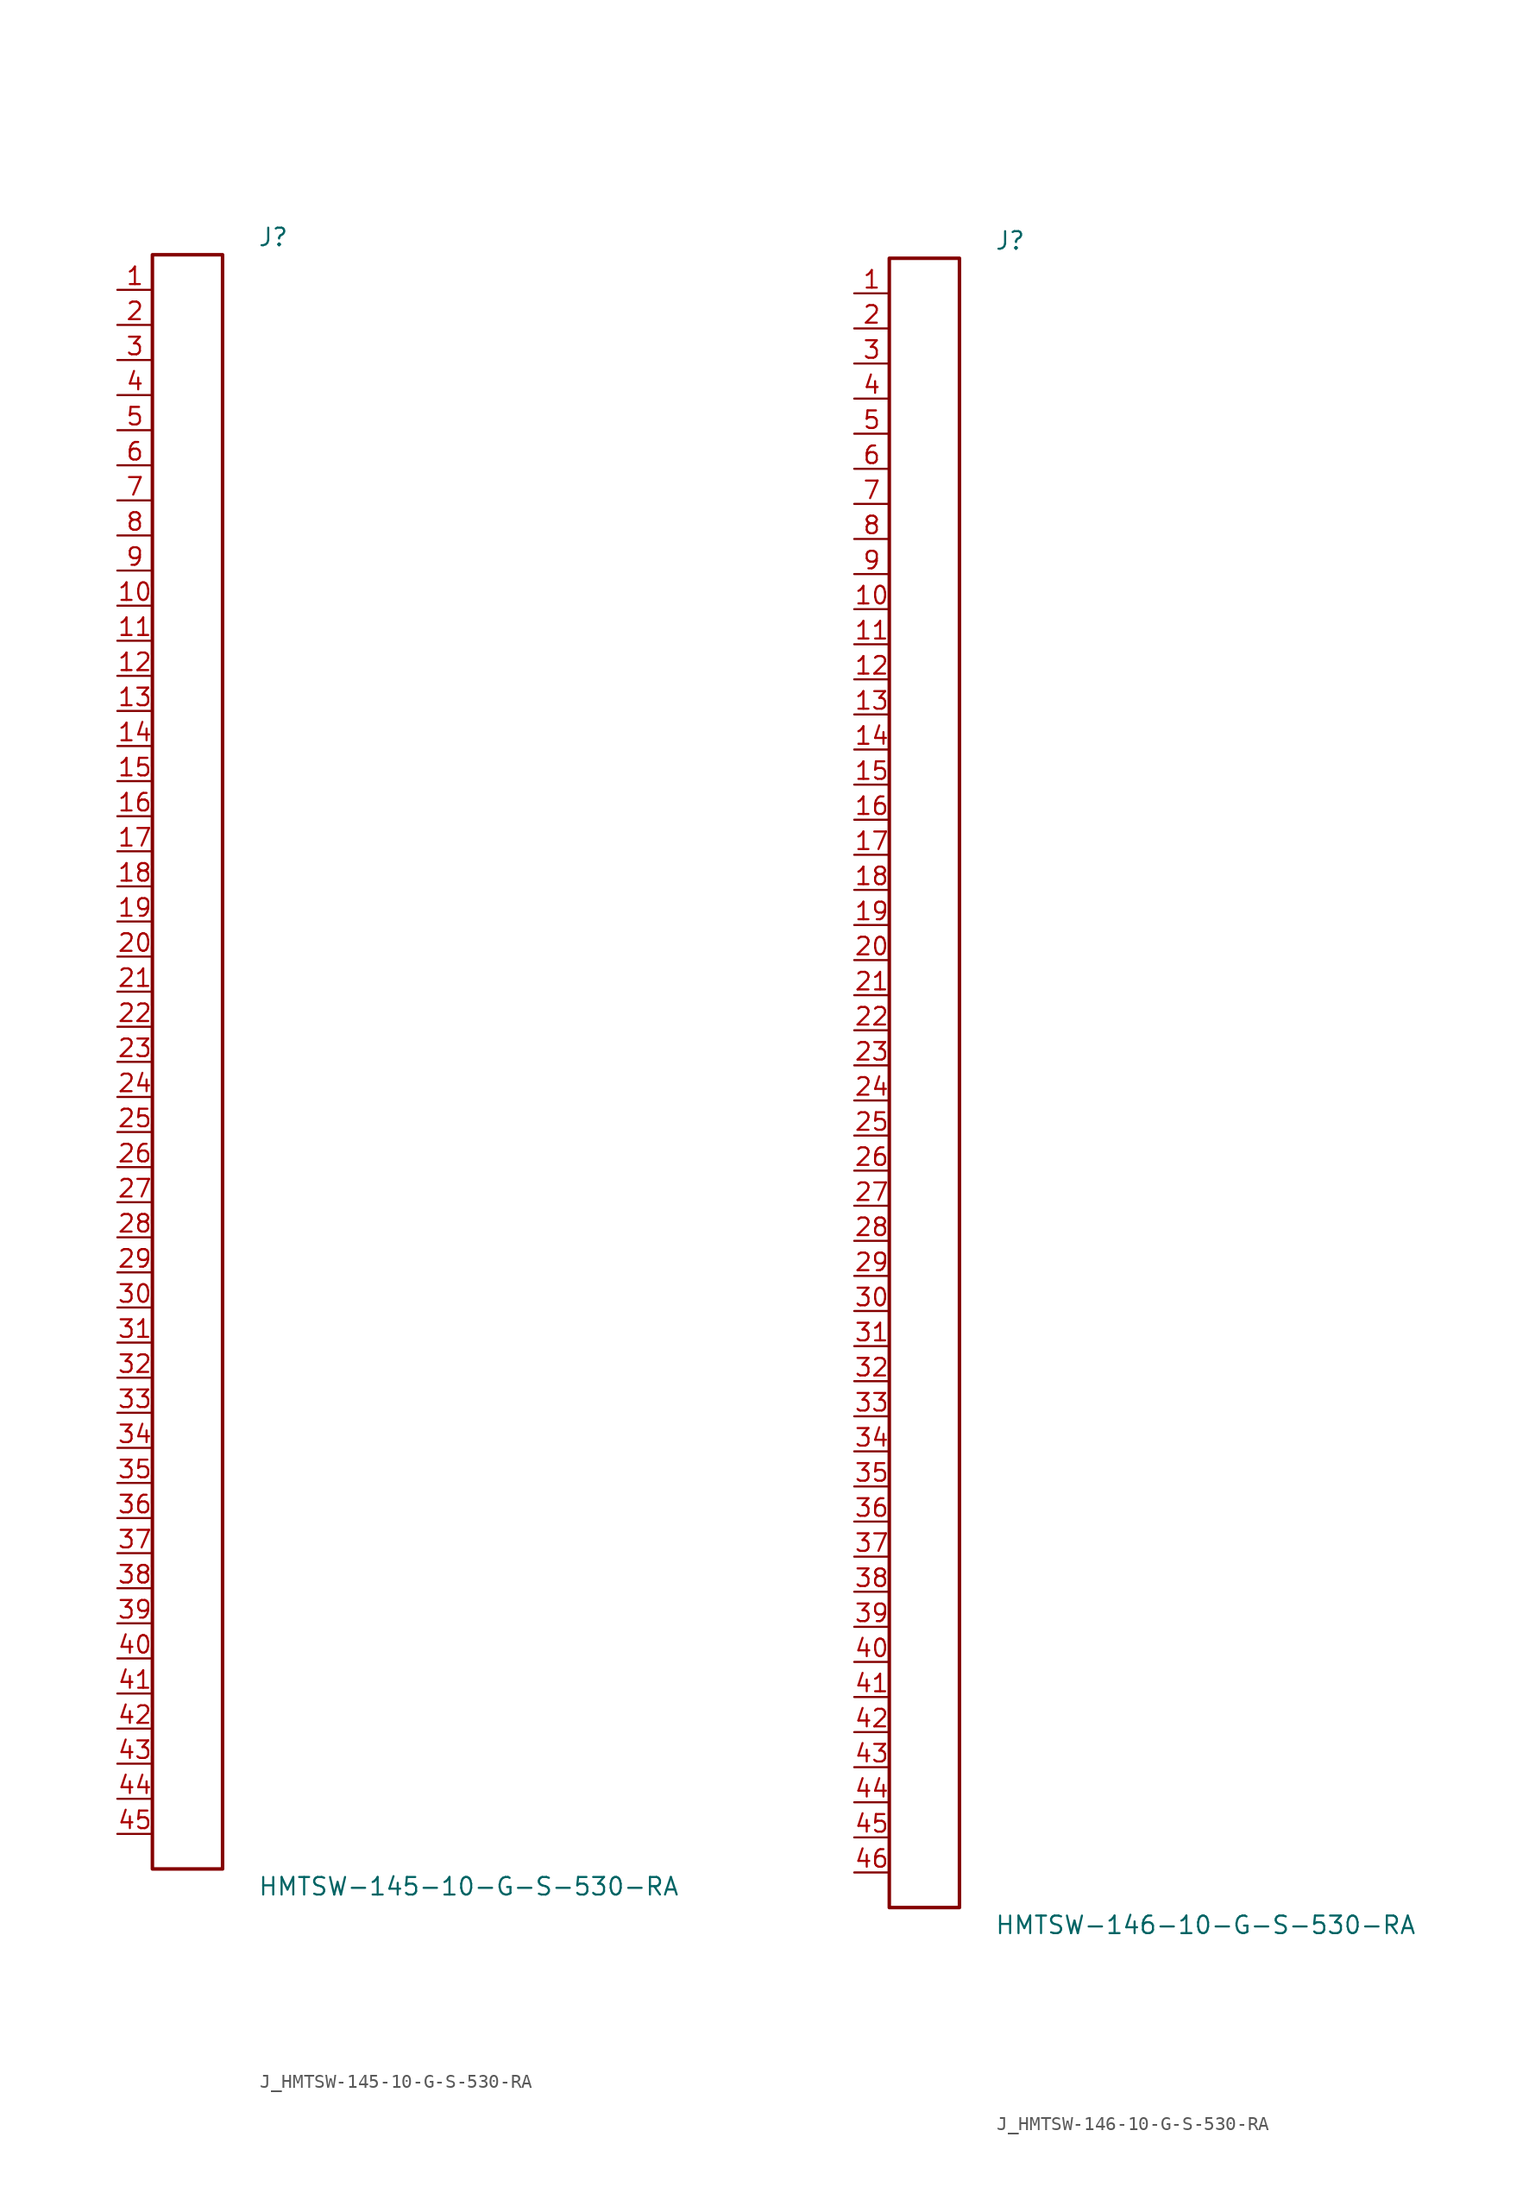
<source format=kicad_sym>
(kicad_symbol_lib
  (version 20231120)
  (generator kicad_symbol_editor)
  (generator_version 8.0)
  (symbol "J_HMTSW-145-10-G-S-530-RA"
    (pin_names
      (offset 0.254))
    (property "Reference" "J"
      (at 5.08 59.69 0)
      (effects (font (size 1.27 1.27)) (justify left)))
    (property "Value" "HMTSW-145-10-G-S-530-RA"
      (at 5.08 -59.69 0)
      (effects (font (size 1.27 1.27)) (justify left)))
    (symbol "J_HMTSW-145-10-G-S-530-RA_0_0"
      (pin unspecified line (at -5.08 55.88 0) (length 2.54) (name "" (effects (font (size 1.27 1.27)))) (number "1" (effects (font (size 1.27 1.27)))))
      (pin unspecified line (at -5.08 53.34 0) (length 2.54) (name "" (effects (font (size 1.27 1.27)))) (number "2" (effects (font (size 1.27 1.27)))))
      (pin unspecified line (at -5.08 50.8 0) (length 2.54) (name "" (effects (font (size 1.27 1.27)))) (number "3" (effects (font (size 1.27 1.27)))))
      (pin unspecified line (at -5.08 48.26 0) (length 2.54) (name "" (effects (font (size 1.27 1.27)))) (number "4" (effects (font (size 1.27 1.27)))))
      (pin unspecified line (at -5.08 45.72 0) (length 2.54) (name "" (effects (font (size 1.27 1.27)))) (number "5" (effects (font (size 1.27 1.27)))))
      (pin unspecified line (at -5.08 43.18 0) (length 2.54) (name "" (effects (font (size 1.27 1.27)))) (number "6" (effects (font (size 1.27 1.27)))))
      (pin unspecified line (at -5.08 40.64 0) (length 2.54) (name "" (effects (font (size 1.27 1.27)))) (number "7" (effects (font (size 1.27 1.27)))))
      (pin unspecified line (at -5.08 38.1 0) (length 2.54) (name "" (effects (font (size 1.27 1.27)))) (number "8" (effects (font (size 1.27 1.27)))))
      (pin unspecified line (at -5.08 35.56 0) (length 2.54) (name "" (effects (font (size 1.27 1.27)))) (number "9" (effects (font (size 1.27 1.27)))))
      (pin unspecified line (at -5.08 33.02 0) (length 2.54) (name "" (effects (font (size 1.27 1.27)))) (number "10" (effects (font (size 1.27 1.27)))))
      (pin unspecified line (at -5.08 30.48 0) (length 2.54) (name "" (effects (font (size 1.27 1.27)))) (number "11" (effects (font (size 1.27 1.27)))))
      (pin unspecified line (at -5.08 27.94 0) (length 2.54) (name "" (effects (font (size 1.27 1.27)))) (number "12" (effects (font (size 1.27 1.27)))))
      (pin unspecified line (at -5.08 25.4 0) (length 2.54) (name "" (effects (font (size 1.27 1.27)))) (number "13" (effects (font (size 1.27 1.27)))))
      (pin unspecified line (at -5.08 22.86 0) (length 2.54) (name "" (effects (font (size 1.27 1.27)))) (number "14" (effects (font (size 1.27 1.27)))))
      (pin unspecified line (at -5.08 20.32 0) (length 2.54) (name "" (effects (font (size 1.27 1.27)))) (number "15" (effects (font (size 1.27 1.27)))))
      (pin unspecified line (at -5.08 17.78 0) (length 2.54) (name "" (effects (font (size 1.27 1.27)))) (number "16" (effects (font (size 1.27 1.27)))))
      (pin unspecified line (at -5.08 15.24 0) (length 2.54) (name "" (effects (font (size 1.27 1.27)))) (number "17" (effects (font (size 1.27 1.27)))))
      (pin unspecified line (at -5.08 12.7 0) (length 2.54) (name "" (effects (font (size 1.27 1.27)))) (number "18" (effects (font (size 1.27 1.27)))))
      (pin unspecified line (at -5.08 10.16 0) (length 2.54) (name "" (effects (font (size 1.27 1.27)))) (number "19" (effects (font (size 1.27 1.27)))))
      (pin unspecified line (at -5.08 7.62 0) (length 2.54) (name "" (effects (font (size 1.27 1.27)))) (number "20" (effects (font (size 1.27 1.27)))))
      (pin unspecified line (at -5.08 5.08 0) (length 2.54) (name "" (effects (font (size 1.27 1.27)))) (number "21" (effects (font (size 1.27 1.27)))))
      (pin unspecified line (at -5.08 2.54 0) (length 2.54) (name "" (effects (font (size 1.27 1.27)))) (number "22" (effects (font (size 1.27 1.27)))))
      (pin unspecified line (at -5.08 0.0 0) (length 2.54) (name "" (effects (font (size 1.27 1.27)))) (number "23" (effects (font (size 1.27 1.27)))))
      (pin unspecified line (at -5.08 -2.54 0) (length 2.54) (name "" (effects (font (size 1.27 1.27)))) (number "24" (effects (font (size 1.27 1.27)))))
      (pin unspecified line (at -5.08 -5.08 0) (length 2.54) (name "" (effects (font (size 1.27 1.27)))) (number "25" (effects (font (size 1.27 1.27)))))
      (pin unspecified line (at -5.08 -7.62 0) (length 2.54) (name "" (effects (font (size 1.27 1.27)))) (number "26" (effects (font (size 1.27 1.27)))))
      (pin unspecified line (at -5.08 -10.16 0) (length 2.54) (name "" (effects (font (size 1.27 1.27)))) (number "27" (effects (font (size 1.27 1.27)))))
      (pin unspecified line (at -5.08 -12.7 0) (length 2.54) (name "" (effects (font (size 1.27 1.27)))) (number "28" (effects (font (size 1.27 1.27)))))
      (pin unspecified line (at -5.08 -15.24 0) (length 2.54) (name "" (effects (font (size 1.27 1.27)))) (number "29" (effects (font (size 1.27 1.27)))))
      (pin unspecified line (at -5.08 -17.78 0) (length 2.54) (name "" (effects (font (size 1.27 1.27)))) (number "30" (effects (font (size 1.27 1.27)))))
      (pin unspecified line (at -5.08 -20.32 0) (length 2.54) (name "" (effects (font (size 1.27 1.27)))) (number "31" (effects (font (size 1.27 1.27)))))
      (pin unspecified line (at -5.08 -22.86 0) (length 2.54) (name "" (effects (font (size 1.27 1.27)))) (number "32" (effects (font (size 1.27 1.27)))))
      (pin unspecified line (at -5.08 -25.4 0) (length 2.54) (name "" (effects (font (size 1.27 1.27)))) (number "33" (effects (font (size 1.27 1.27)))))
      (pin unspecified line (at -5.08 -27.94 0) (length 2.54) (name "" (effects (font (size 1.27 1.27)))) (number "34" (effects (font (size 1.27 1.27)))))
      (pin unspecified line (at -5.08 -30.48 0) (length 2.54) (name "" (effects (font (size 1.27 1.27)))) (number "35" (effects (font (size 1.27 1.27)))))
      (pin unspecified line (at -5.08 -33.02 0) (length 2.54) (name "" (effects (font (size 1.27 1.27)))) (number "36" (effects (font (size 1.27 1.27)))))
      (pin unspecified line (at -5.08 -35.56 0) (length 2.54) (name "" (effects (font (size 1.27 1.27)))) (number "37" (effects (font (size 1.27 1.27)))))
      (pin unspecified line (at -5.08 -38.1 0) (length 2.54) (name "" (effects (font (size 1.27 1.27)))) (number "38" (effects (font (size 1.27 1.27)))))
      (pin unspecified line (at -5.08 -40.64 0) (length 2.54) (name "" (effects (font (size 1.27 1.27)))) (number "39" (effects (font (size 1.27 1.27)))))
      (pin unspecified line (at -5.08 -43.18 0) (length 2.54) (name "" (effects (font (size 1.27 1.27)))) (number "40" (effects (font (size 1.27 1.27)))))
      (pin unspecified line (at -5.08 -45.72 0) (length 2.54) (name "" (effects (font (size 1.27 1.27)))) (number "41" (effects (font (size 1.27 1.27)))))
      (pin unspecified line (at -5.08 -48.26 0) (length 2.54) (name "" (effects (font (size 1.27 1.27)))) (number "42" (effects (font (size 1.27 1.27)))))
      (pin unspecified line (at -5.08 -50.8 0) (length 2.54) (name "" (effects (font (size 1.27 1.27)))) (number "43" (effects (font (size 1.27 1.27)))))
      (pin unspecified line (at -5.08 -53.34 0) (length 2.54) (name "" (effects (font (size 1.27 1.27)))) (number "44" (effects (font (size 1.27 1.27)))))
      (pin unspecified line (at -5.08 -55.88 0) (length 2.54) (name "" (effects (font (size 1.27 1.27)))) (number "45" (effects (font (size 1.27 1.27))))))
    (symbol "J_HMTSW-145-10-G-S-530-RA_1_0"
      (rectangle (start -2.54 58.42) (end 2.54 -58.42) (stroke (width 0.254) (type solid)) (fill (type none)))))
  (symbol "J_HMTSW-146-10-G-S-530-RA"
    (pin_names
      (offset 0.254))
    (property "Reference" "J"
      (at 5.08 60.96 0)
      (effects (font (size 1.27 1.27)) (justify left)))
    (property "Value" "HMTSW-146-10-G-S-530-RA"
      (at 5.08 -60.96 0)
      (effects (font (size 1.27 1.27)) (justify left)))
    (symbol "J_HMTSW-146-10-G-S-530-RA_0_0"
      (pin unspecified line (at -5.08 57.15 0) (length 2.54) (name "" (effects (font (size 1.27 1.27)))) (number "1" (effects (font (size 1.27 1.27)))))
      (pin unspecified line (at -5.08 54.61 0) (length 2.54) (name "" (effects (font (size 1.27 1.27)))) (number "2" (effects (font (size 1.27 1.27)))))
      (pin unspecified line (at -5.08 52.07 0) (length 2.54) (name "" (effects (font (size 1.27 1.27)))) (number "3" (effects (font (size 1.27 1.27)))))
      (pin unspecified line (at -5.08 49.53 0) (length 2.54) (name "" (effects (font (size 1.27 1.27)))) (number "4" (effects (font (size 1.27 1.27)))))
      (pin unspecified line (at -5.08 46.99 0) (length 2.54) (name "" (effects (font (size 1.27 1.27)))) (number "5" (effects (font (size 1.27 1.27)))))
      (pin unspecified line (at -5.08 44.45 0) (length 2.54) (name "" (effects (font (size 1.27 1.27)))) (number "6" (effects (font (size 1.27 1.27)))))
      (pin unspecified line (at -5.08 41.91 0) (length 2.54) (name "" (effects (font (size 1.27 1.27)))) (number "7" (effects (font (size 1.27 1.27)))))
      (pin unspecified line (at -5.08 39.37 0) (length 2.54) (name "" (effects (font (size 1.27 1.27)))) (number "8" (effects (font (size 1.27 1.27)))))
      (pin unspecified line (at -5.08 36.83 0) (length 2.54) (name "" (effects (font (size 1.27 1.27)))) (number "9" (effects (font (size 1.27 1.27)))))
      (pin unspecified line (at -5.08 34.29 0) (length 2.54) (name "" (effects (font (size 1.27 1.27)))) (number "10" (effects (font (size 1.27 1.27)))))
      (pin unspecified line (at -5.08 31.75 0) (length 2.54) (name "" (effects (font (size 1.27 1.27)))) (number "11" (effects (font (size 1.27 1.27)))))
      (pin unspecified line (at -5.08 29.21 0) (length 2.54) (name "" (effects (font (size 1.27 1.27)))) (number "12" (effects (font (size 1.27 1.27)))))
      (pin unspecified line (at -5.08 26.67 0) (length 2.54) (name "" (effects (font (size 1.27 1.27)))) (number "13" (effects (font (size 1.27 1.27)))))
      (pin unspecified line (at -5.08 24.13 0) (length 2.54) (name "" (effects (font (size 1.27 1.27)))) (number "14" (effects (font (size 1.27 1.27)))))
      (pin unspecified line (at -5.08 21.59 0) (length 2.54) (name "" (effects (font (size 1.27 1.27)))) (number "15" (effects (font (size 1.27 1.27)))))
      (pin unspecified line (at -5.08 19.05 0) (length 2.54) (name "" (effects (font (size 1.27 1.27)))) (number "16" (effects (font (size 1.27 1.27)))))
      (pin unspecified line (at -5.08 16.51 0) (length 2.54) (name "" (effects (font (size 1.27 1.27)))) (number "17" (effects (font (size 1.27 1.27)))))
      (pin unspecified line (at -5.08 13.97 0) (length 2.54) (name "" (effects (font (size 1.27 1.27)))) (number "18" (effects (font (size 1.27 1.27)))))
      (pin unspecified line (at -5.08 11.43 0) (length 2.54) (name "" (effects (font (size 1.27 1.27)))) (number "19" (effects (font (size 1.27 1.27)))))
      (pin unspecified line (at -5.08 8.89 0) (length 2.54) (name "" (effects (font (size 1.27 1.27)))) (number "20" (effects (font (size 1.27 1.27)))))
      (pin unspecified line (at -5.08 6.35 0) (length 2.54) (name "" (effects (font (size 1.27 1.27)))) (number "21" (effects (font (size 1.27 1.27)))))
      (pin unspecified line (at -5.08 3.81 0) (length 2.54) (name "" (effects (font (size 1.27 1.27)))) (number "22" (effects (font (size 1.27 1.27)))))
      (pin unspecified line (at -5.08 1.27 0) (length 2.54) (name "" (effects (font (size 1.27 1.27)))) (number "23" (effects (font (size 1.27 1.27)))))
      (pin unspecified line (at -5.08 -1.27 0) (length 2.54) (name "" (effects (font (size 1.27 1.27)))) (number "24" (effects (font (size 1.27 1.27)))))
      (pin unspecified line (at -5.08 -3.81 0) (length 2.54) (name "" (effects (font (size 1.27 1.27)))) (number "25" (effects (font (size 1.27 1.27)))))
      (pin unspecified line (at -5.08 -6.35 0) (length 2.54) (name "" (effects (font (size 1.27 1.27)))) (number "26" (effects (font (size 1.27 1.27)))))
      (pin unspecified line (at -5.08 -8.89 0) (length 2.54) (name "" (effects (font (size 1.27 1.27)))) (number "27" (effects (font (size 1.27 1.27)))))
      (pin unspecified line (at -5.08 -11.43 0) (length 2.54) (name "" (effects (font (size 1.27 1.27)))) (number "28" (effects (font (size 1.27 1.27)))))
      (pin unspecified line (at -5.08 -13.97 0) (length 2.54) (name "" (effects (font (size 1.27 1.27)))) (number "29" (effects (font (size 1.27 1.27)))))
      (pin unspecified line (at -5.08 -16.51 0) (length 2.54) (name "" (effects (font (size 1.27 1.27)))) (number "30" (effects (font (size 1.27 1.27)))))
      (pin unspecified line (at -5.08 -19.05 0) (length 2.54) (name "" (effects (font (size 1.27 1.27)))) (number "31" (effects (font (size 1.27 1.27)))))
      (pin unspecified line (at -5.08 -21.59 0) (length 2.54) (name "" (effects (font (size 1.27 1.27)))) (number "32" (effects (font (size 1.27 1.27)))))
      (pin unspecified line (at -5.08 -24.13 0) (length 2.54) (name "" (effects (font (size 1.27 1.27)))) (number "33" (effects (font (size 1.27 1.27)))))
      (pin unspecified line (at -5.08 -26.67 0) (length 2.54) (name "" (effects (font (size 1.27 1.27)))) (number "34" (effects (font (size 1.27 1.27)))))
      (pin unspecified line (at -5.08 -29.21 0) (length 2.54) (name "" (effects (font (size 1.27 1.27)))) (number "35" (effects (font (size 1.27 1.27)))))
      (pin unspecified line (at -5.08 -31.75 0) (length 2.54) (name "" (effects (font (size 1.27 1.27)))) (number "36" (effects (font (size 1.27 1.27)))))
      (pin unspecified line (at -5.08 -34.29 0) (length 2.54) (name "" (effects (font (size 1.27 1.27)))) (number "37" (effects (font (size 1.27 1.27)))))
      (pin unspecified line (at -5.08 -36.83 0) (length 2.54) (name "" (effects (font (size 1.27 1.27)))) (number "38" (effects (font (size 1.27 1.27)))))
      (pin unspecified line (at -5.08 -39.37 0) (length 2.54) (name "" (effects (font (size 1.27 1.27)))) (number "39" (effects (font (size 1.27 1.27)))))
      (pin unspecified line (at -5.08 -41.91 0) (length 2.54) (name "" (effects (font (size 1.27 1.27)))) (number "40" (effects (font (size 1.27 1.27)))))
      (pin unspecified line (at -5.08 -44.45 0) (length 2.54) (name "" (effects (font (size 1.27 1.27)))) (number "41" (effects (font (size 1.27 1.27)))))
      (pin unspecified line (at -5.08 -46.99 0) (length 2.54) (name "" (effects (font (size 1.27 1.27)))) (number "42" (effects (font (size 1.27 1.27)))))
      (pin unspecified line (at -5.08 -49.53 0) (length 2.54) (name "" (effects (font (size 1.27 1.27)))) (number "43" (effects (font (size 1.27 1.27)))))
      (pin unspecified line (at -5.08 -52.07 0) (length 2.54) (name "" (effects (font (size 1.27 1.27)))) (number "44" (effects (font (size 1.27 1.27)))))
      (pin unspecified line (at -5.08 -54.61 0) (length 2.54) (name "" (effects (font (size 1.27 1.27)))) (number "45" (effects (font (size 1.27 1.27)))))
      (pin unspecified line (at -5.08 -57.15 0) (length 2.54) (name "" (effects (font (size 1.27 1.27)))) (number "46" (effects (font (size 1.27 1.27))))))
    (symbol "J_HMTSW-146-10-G-S-530-RA_1_0"
      (rectangle (start -2.54 59.69) (end 2.54 -59.69) (stroke (width 0.254) (type solid)) (fill (type none))))))
</source>
